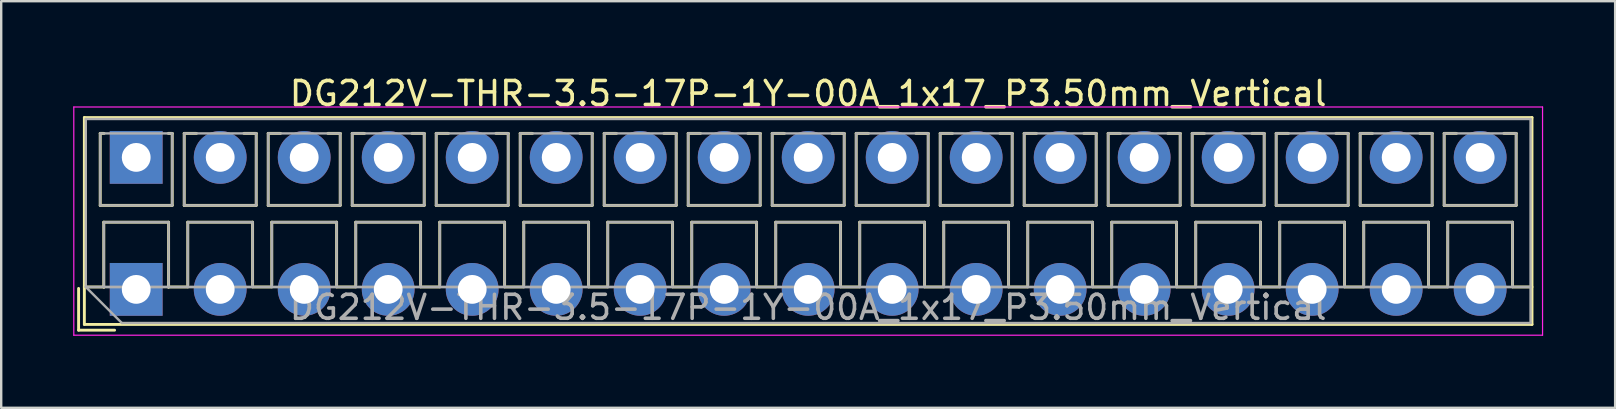
<source format=kicad_pcb>
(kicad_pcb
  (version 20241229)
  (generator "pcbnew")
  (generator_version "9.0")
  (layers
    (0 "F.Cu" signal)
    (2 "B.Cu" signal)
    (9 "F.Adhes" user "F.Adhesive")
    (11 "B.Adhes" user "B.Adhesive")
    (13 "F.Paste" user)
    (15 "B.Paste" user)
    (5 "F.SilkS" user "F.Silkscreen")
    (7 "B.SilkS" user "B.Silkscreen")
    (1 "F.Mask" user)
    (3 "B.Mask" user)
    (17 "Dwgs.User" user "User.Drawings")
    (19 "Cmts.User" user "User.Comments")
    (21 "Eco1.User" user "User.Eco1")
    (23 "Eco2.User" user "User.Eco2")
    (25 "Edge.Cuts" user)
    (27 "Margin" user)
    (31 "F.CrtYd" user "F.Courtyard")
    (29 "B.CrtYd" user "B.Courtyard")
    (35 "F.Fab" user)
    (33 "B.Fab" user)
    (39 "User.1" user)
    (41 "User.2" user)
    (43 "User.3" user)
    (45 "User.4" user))
  (footprint "DG212V-THR-3.5-17P-1Y-00A_1x17_P3.50mm_Vertical"
    (layer "F.Cu")
    (at 2.625 9.008)
    (property "Reference" "DG212V-THR-3.5-17P-1Y-00A_1x17_P3.50mm_Vertical" (at 28 -8.16 0) (layer "F.SilkS") (effects (font (size 1 1) (thickness 0.15))))
    (attr through_hole)
    (fp_line (start -2.4 -0.04) (end -2.4 1.7) (stroke (width 0.12) (type solid)) (layer "F.SilkS"))
    (fp_line (start -2.4 1.7) (end -0.9 1.7) (stroke (width 0.12) (type solid)) (layer "F.SilkS"))
    (fp_line (start -2.16 -7.16) (end -2.16 1.46) (stroke (width 0.12) (type solid)) (layer "F.SilkS"))
    (fp_line (start -2.16 -7.16) (end 58.16 -7.16) (stroke (width 0.12) (type solid)) (layer "F.SilkS"))
    (fp_line (start -2.16 -0.1) (end -1.34 -0.1) (stroke (width 0.12) (type solid)) (layer "F.SilkS"))
    (fp_line (start -2.16 1.46) (end 58.16 1.46) (stroke (width 0.12) (type solid)) (layer "F.SilkS"))
    (fp_line (start -1.5 -6.5) (end -1.5 -3.5) (stroke (width 0.12) (type solid)) (layer "F.SilkS"))
    (fp_line (start -1.5 -6.5) (end -1.34 -6.5) (stroke (width 0.12) (type solid)) (layer "F.SilkS"))
    (fp_line (start -1.5 -3.5) (end 1.5 -3.5) (stroke (width 0.12) (type solid)) (layer "F.SilkS"))
    (fp_line (start -1.35 -2.8) (end -1.35 -0.1) (stroke (width 0.12) (type solid)) (layer "F.SilkS"))
    (fp_line (start -1.35 -2.8) (end 1.35 -2.8) (stroke (width 0.12) (type solid)) (layer "F.SilkS"))
    (fp_line (start -1.35 -0.1) (end -1.34 -0.1) (stroke (width 0.12) (type solid)) (layer "F.SilkS"))
    (fp_line (start 1.34 -6.5) (end 1.5 -6.5) (stroke (width 0.12) (type solid)) (layer "F.SilkS"))
    (fp_line (start 1.34 -0.1) (end 1.35 -0.1) (stroke (width 0.12) (type solid)) (layer "F.SilkS"))
    (fp_line (start 1.34 -0.1) (end 2.148 -0.1) (stroke (width 0.12) (type solid)) (layer "F.SilkS"))
    (fp_line (start 1.35 -2.8) (end 1.35 -0.1) (stroke (width 0.12) (type solid)) (layer "F.SilkS"))
    (fp_line (start 1.5 -6.5) (end 1.5 -3.5) (stroke (width 0.12) (type solid)) (layer "F.SilkS"))
    (fp_line (start 2 -6.5) (end 2 -3.5) (stroke (width 0.12) (type solid)) (layer "F.SilkS"))
    (fp_line (start 2 -6.5) (end 2.512 -6.5) (stroke (width 0.12) (type solid)) (layer "F.SilkS"))
    (fp_line (start 2 -3.5) (end 5 -3.5) (stroke (width 0.12) (type solid)) (layer "F.SilkS"))
    (fp_line (start 2.15 -2.8) (end 2.15 -0.183) (stroke (width 0.12) (type solid)) (layer "F.SilkS"))
    (fp_line (start 2.15 -2.8) (end 4.85 -2.8) (stroke (width 0.12) (type solid)) (layer "F.SilkS"))
    (fp_line (start 4.489 -6.5) (end 5 -6.5) (stroke (width 0.12) (type solid)) (layer "F.SilkS"))
    (fp_line (start 4.85 -2.8) (end 4.85 -0.183) (stroke (width 0.12) (type solid)) (layer "F.SilkS"))
    (fp_line (start 4.853 -0.1) (end 5.648 -0.1) (stroke (width 0.12) (type solid)) (layer "F.SilkS"))
    (fp_line (start 5 -6.5) (end 5 -3.5) (stroke (width 0.12) (type solid)) (layer "F.SilkS"))
    (fp_line (start 5.5 -6.5) (end 5.5 -3.5) (stroke (width 0.12) (type solid)) (layer "F.SilkS"))
    (fp_line (start 5.5 -6.5) (end 6.012 -6.5) (stroke (width 0.12) (type solid)) (layer "F.SilkS"))
    (fp_line (start 5.5 -3.5) (end 8.5 -3.5) (stroke (width 0.12) (type solid)) (layer "F.SilkS"))
    (fp_line (start 5.65 -2.8) (end 5.65 -0.183) (stroke (width 0.12) (type solid)) (layer "F.SilkS"))
    (fp_line (start 5.65 -2.8) (end 8.351 -2.8) (stroke (width 0.12) (type solid)) (layer "F.SilkS"))
    (fp_line (start 7.989 -6.5) (end 8.5 -6.5) (stroke (width 0.12) (type solid)) (layer "F.SilkS"))
    (fp_line (start 8.351 -2.8) (end 8.351 -0.183) (stroke (width 0.12) (type solid)) (layer "F.SilkS"))
    (fp_line (start 8.353 -0.1) (end 9.148 -0.1) (stroke (width 0.12) (type solid)) (layer "F.SilkS"))
    (fp_line (start 8.5 -6.5) (end 8.5 -3.5) (stroke (width 0.12) (type solid)) (layer "F.SilkS"))
    (fp_line (start 9 -6.5) (end 9 -3.5) (stroke (width 0.12) (type solid)) (layer "F.SilkS"))
    (fp_line (start 9 -6.5) (end 9.512 -6.5) (stroke (width 0.12) (type solid)) (layer "F.SilkS"))
    (fp_line (start 9 -3.5) (end 12 -3.5) (stroke (width 0.12) (type solid)) (layer "F.SilkS"))
    (fp_line (start 9.15 -2.8) (end 9.15 -0.183) (stroke (width 0.12) (type solid)) (layer "F.SilkS"))
    (fp_line (start 9.15 -2.8) (end 11.851 -2.8) (stroke (width 0.12) (type solid)) (layer "F.SilkS"))
    (fp_line (start 11.489 -6.5) (end 12 -6.5) (stroke (width 0.12) (type solid)) (layer "F.SilkS"))
    (fp_line (start 11.851 -2.8) (end 11.851 -0.183) (stroke (width 0.12) (type solid)) (layer "F.SilkS"))
    (fp_line (start 11.853 -0.1) (end 12.648 -0.1) (stroke (width 0.12) (type solid)) (layer "F.SilkS"))
    (fp_line (start 12 -6.5) (end 12 -3.5) (stroke (width 0.12) (type solid)) (layer "F.SilkS"))
    (fp_line (start 12.5 -6.5) (end 12.5 -3.5) (stroke (width 0.12) (type solid)) (layer "F.SilkS"))
    (fp_line (start 12.5 -6.5) (end 13.012 -6.5) (stroke (width 0.12) (type solid)) (layer "F.SilkS"))
    (fp_line (start 12.5 -3.5) (end 15.5 -3.5) (stroke (width 0.12) (type solid)) (layer "F.SilkS"))
    (fp_line (start 12.65 -2.8) (end 12.65 -0.183) (stroke (width 0.12) (type solid)) (layer "F.SilkS"))
    (fp_line (start 12.65 -2.8) (end 15.351 -2.8) (stroke (width 0.12) (type solid)) (layer "F.SilkS"))
    (fp_line (start 14.989 -6.5) (end 15.5 -6.5) (stroke (width 0.12) (type solid)) (layer "F.SilkS"))
    (fp_line (start 15.351 -2.8) (end 15.351 -0.183) (stroke (width 0.12) (type solid)) (layer "F.SilkS"))
    (fp_line (start 15.353 -0.1) (end 16.148 -0.1) (stroke (width 0.12) (type solid)) (layer "F.SilkS"))
    (fp_line (start 15.5 -6.5) (end 15.5 -3.5) (stroke (width 0.12) (type solid)) (layer "F.SilkS"))
    (fp_line (start 16 -6.5) (end 16 -3.5) (stroke (width 0.12) (type solid)) (layer "F.SilkS"))
    (fp_line (start 16 -6.5) (end 16.512 -6.5) (stroke (width 0.12) (type solid)) (layer "F.SilkS"))
    (fp_line (start 16 -3.5) (end 19 -3.5) (stroke (width 0.12) (type solid)) (layer "F.SilkS"))
    (fp_line (start 16.15 -2.8) (end 16.15 -0.183) (stroke (width 0.12) (type solid)) (layer "F.SilkS"))
    (fp_line (start 16.15 -2.8) (end 18.85 -2.8) (stroke (width 0.12) (type solid)) (layer "F.SilkS"))
    (fp_line (start 18.489 -6.5) (end 19 -6.5) (stroke (width 0.12) (type solid)) (layer "F.SilkS"))
    (fp_line (start 18.85 -2.8) (end 18.85 -0.183) (stroke (width 0.12) (type solid)) (layer "F.SilkS"))
    (fp_line (start 18.853 -0.1) (end 19.648 -0.1) (stroke (width 0.12) (type solid)) (layer "F.SilkS"))
    (fp_line (start 19 -6.5) (end 19 -3.5) (stroke (width 0.12) (type solid)) (layer "F.SilkS"))
    (fp_line (start 19.5 -6.5) (end 19.5 -3.5) (stroke (width 0.12) (type solid)) (layer "F.SilkS"))
    (fp_line (start 19.5 -6.5) (end 20.012 -6.5) (stroke (width 0.12) (type solid)) (layer "F.SilkS"))
    (fp_line (start 19.5 -3.5) (end 22.5 -3.5) (stroke (width 0.12) (type solid)) (layer "F.SilkS"))
    (fp_line (start 19.65 -2.8) (end 19.65 -0.183) (stroke (width 0.12) (type solid)) (layer "F.SilkS"))
    (fp_line (start 19.65 -2.8) (end 22.35 -2.8) (stroke (width 0.12) (type solid)) (layer "F.SilkS"))
    (fp_line (start 21.989 -6.5) (end 22.5 -6.5) (stroke (width 0.12) (type solid)) (layer "F.SilkS"))
    (fp_line (start 22.35 -2.8) (end 22.35 -0.183) (stroke (width 0.12) (type solid)) (layer "F.SilkS"))
    (fp_line (start 22.353 -0.1) (end 23.148 -0.1) (stroke (width 0.12) (type solid)) (layer "F.SilkS"))
    (fp_line (start 22.5 -6.5) (end 22.5 -3.5) (stroke (width 0.12) (type solid)) (layer "F.SilkS"))
    (fp_line (start 23 -6.5) (end 23 -3.5) (stroke (width 0.12) (type solid)) (layer "F.SilkS"))
    (fp_line (start 23 -6.5) (end 23.512 -6.5) (stroke (width 0.12) (type solid)) (layer "F.SilkS"))
    (fp_line (start 23 -3.5) (end 26 -3.5) (stroke (width 0.12) (type solid)) (layer "F.SilkS"))
    (fp_line (start 23.15 -2.8) (end 23.15 -0.183) (stroke (width 0.12) (type solid)) (layer "F.SilkS"))
    (fp_line (start 23.15 -2.8) (end 25.85 -2.8) (stroke (width 0.12) (type solid)) (layer "F.SilkS"))
    (fp_line (start 25.489 -6.5) (end 26 -6.5) (stroke (width 0.12) (type solid)) (layer "F.SilkS"))
    (fp_line (start 25.85 -2.8) (end 25.85 -0.183) (stroke (width 0.12) (type solid)) (layer "F.SilkS"))
    (fp_line (start 25.853 -0.1) (end 26.648 -0.1) (stroke (width 0.12) (type solid)) (layer "F.SilkS"))
    (fp_line (start 26 -6.5) (end 26 -3.5) (stroke (width 0.12) (type solid)) (layer "F.SilkS"))
    (fp_line (start 26.5 -6.5) (end 26.5 -3.5) (stroke (width 0.12) (type solid)) (layer "F.SilkS"))
    (fp_line (start 26.5 -6.5) (end 27.012 -6.5) (stroke (width 0.12) (type solid)) (layer "F.SilkS"))
    (fp_line (start 26.5 -3.5) (end 29.5 -3.5) (stroke (width 0.12) (type solid)) (layer "F.SilkS"))
    (fp_line (start 26.65 -2.8) (end 26.65 -0.183) (stroke (width 0.12) (type solid)) (layer "F.SilkS"))
    (fp_line (start 26.65 -2.8) (end 29.35 -2.8) (stroke (width 0.12) (type solid)) (layer "F.SilkS"))
    (fp_line (start 28.989 -6.5) (end 29.5 -6.5) (stroke (width 0.12) (type solid)) (layer "F.SilkS"))
    (fp_line (start 29.35 -2.8) (end 29.35 -0.183) (stroke (width 0.12) (type solid)) (layer "F.SilkS"))
    (fp_line (start 29.353 -0.1) (end 30.148 -0.1) (stroke (width 0.12) (type solid)) (layer "F.SilkS"))
    (fp_line (start 29.5 -6.5) (end 29.5 -3.5) (stroke (width 0.12) (type solid)) (layer "F.SilkS"))
    (fp_line (start 30 -6.5) (end 30 -3.5) (stroke (width 0.12) (type solid)) (layer "F.SilkS"))
    (fp_line (start 30 -6.5) (end 30.512 -6.5) (stroke (width 0.12) (type solid)) (layer "F.SilkS"))
    (fp_line (start 30 -3.5) (end 33 -3.5) (stroke (width 0.12) (type solid)) (layer "F.SilkS"))
    (fp_line (start 30.15 -2.8) (end 30.15 -0.183) (stroke (width 0.12) (type solid)) (layer "F.SilkS"))
    (fp_line (start 30.15 -2.8) (end 32.85 -2.8) (stroke (width 0.12) (type solid)) (layer "F.SilkS"))
    (fp_line (start 32.489 -6.5) (end 33 -6.5) (stroke (width 0.12) (type solid)) (layer "F.SilkS"))
    (fp_line (start 32.85 -2.8) (end 32.85 -0.183) (stroke (width 0.12) (type solid)) (layer "F.SilkS"))
    (fp_line (start 32.853 -0.1) (end 33.648 -0.1) (stroke (width 0.12) (type solid)) (layer "F.SilkS"))
    (fp_line (start 33 -6.5) (end 33 -3.5) (stroke (width 0.12) (type solid)) (layer "F.SilkS"))
    (fp_line (start 33.5 -6.5) (end 33.5 -3.5) (stroke (width 0.12) (type solid)) (layer "F.SilkS"))
    (fp_line (start 33.5 -6.5) (end 34.012 -6.5) (stroke (width 0.12) (type solid)) (layer "F.SilkS"))
    (fp_line (start 33.5 -3.5) (end 36.5 -3.5) (stroke (width 0.12) (type solid)) (layer "F.SilkS"))
    (fp_line (start 33.65 -2.8) (end 33.65 -0.183) (stroke (width 0.12) (type solid)) (layer "F.SilkS"))
    (fp_line (start 33.65 -2.8) (end 36.35 -2.8) (stroke (width 0.12) (type solid)) (layer "F.SilkS"))
    (fp_line (start 35.989 -6.5) (end 36.5 -6.5) (stroke (width 0.12) (type solid)) (layer "F.SilkS"))
    (fp_line (start 36.35 -2.8) (end 36.35 -0.183) (stroke (width 0.12) (type solid)) (layer "F.SilkS"))
    (fp_line (start 36.353 -0.1) (end 37.148 -0.1) (stroke (width 0.12) (type solid)) (layer "F.SilkS"))
    (fp_line (start 36.5 -6.5) (end 36.5 -3.5) (stroke (width 0.12) (type solid)) (layer "F.SilkS"))
    (fp_line (start 37 -6.5) (end 37 -3.5) (stroke (width 0.12) (type solid)) (layer "F.SilkS"))
    (fp_line (start 37 -6.5) (end 37.512 -6.5) (stroke (width 0.12) (type solid)) (layer "F.SilkS"))
    (fp_line (start 37 -3.5) (end 40 -3.5) (stroke (width 0.12) (type solid)) (layer "F.SilkS"))
    (fp_line (start 37.15 -2.8) (end 37.15 -0.183) (stroke (width 0.12) (type solid)) (layer "F.SilkS"))
    (fp_line (start 37.15 -2.8) (end 39.85 -2.8) (stroke (width 0.12) (type solid)) (layer "F.SilkS"))
    (fp_line (start 39.489 -6.5) (end 40 -6.5) (stroke (width 0.12) (type solid)) (layer "F.SilkS"))
    (fp_line (start 39.85 -2.8) (end 39.85 -0.183) (stroke (width 0.12) (type solid)) (layer "F.SilkS"))
    (fp_line (start 39.853 -0.1) (end 40.648 -0.1) (stroke (width 0.12) (type solid)) (layer "F.SilkS"))
    (fp_line (start 40 -6.5) (end 40 -3.5) (stroke (width 0.12) (type solid)) (layer "F.SilkS"))
    (fp_line (start 40.5 -6.5) (end 40.5 -3.5) (stroke (width 0.12) (type solid)) (layer "F.SilkS"))
    (fp_line (start 40.5 -6.5) (end 41.012 -6.5) (stroke (width 0.12) (type solid)) (layer "F.SilkS"))
    (fp_line (start 40.5 -3.5) (end 43.5 -3.5) (stroke (width 0.12) (type solid)) (layer "F.SilkS"))
    (fp_line (start 40.65 -2.8) (end 40.65 -0.183) (stroke (width 0.12) (type solid)) (layer "F.SilkS"))
    (fp_line (start 40.65 -2.8) (end 43.35 -2.8) (stroke (width 0.12) (type solid)) (layer "F.SilkS"))
    (fp_line (start 42.989 -6.5) (end 43.5 -6.5) (stroke (width 0.12) (type solid)) (layer "F.SilkS"))
    (fp_line (start 43.35 -2.8) (end 43.35 -0.183) (stroke (width 0.12) (type solid)) (layer "F.SilkS"))
    (fp_line (start 43.353 -0.1) (end 44.148 -0.1) (stroke (width 0.12) (type solid)) (layer "F.SilkS"))
    (fp_line (start 43.5 -6.5) (end 43.5 -3.5) (stroke (width 0.12) (type solid)) (layer "F.SilkS"))
    (fp_line (start 44 -6.5) (end 44 -3.5) (stroke (width 0.12) (type solid)) (layer "F.SilkS"))
    (fp_line (start 44 -6.5) (end 44.512 -6.5) (stroke (width 0.12) (type solid)) (layer "F.SilkS"))
    (fp_line (start 44 -3.5) (end 47 -3.5) (stroke (width 0.12) (type solid)) (layer "F.SilkS"))
    (fp_line (start 44.15 -2.8) (end 44.15 -0.183) (stroke (width 0.12) (type solid)) (layer "F.SilkS"))
    (fp_line (start 44.15 -2.8) (end 46.85 -2.8) (stroke (width 0.12) (type solid)) (layer "F.SilkS"))
    (fp_line (start 46.489 -6.5) (end 47 -6.5) (stroke (width 0.12) (type solid)) (layer "F.SilkS"))
    (fp_line (start 46.85 -2.8) (end 46.85 -0.183) (stroke (width 0.12) (type solid)) (layer "F.SilkS"))
    (fp_line (start 46.853 -0.1) (end 47.648 -0.1) (stroke (width 0.12) (type solid)) (layer "F.SilkS"))
    (fp_line (start 47 -6.5) (end 47 -3.5) (stroke (width 0.12) (type solid)) (layer "F.SilkS"))
    (fp_line (start 47.5 -6.5) (end 47.5 -3.5) (stroke (width 0.12) (type solid)) (layer "F.SilkS"))
    (fp_line (start 47.5 -6.5) (end 48.012 -6.5) (stroke (width 0.12) (type solid)) (layer "F.SilkS"))
    (fp_line (start 47.5 -3.5) (end 50.5 -3.5) (stroke (width 0.12) (type solid)) (layer "F.SilkS"))
    (fp_line (start 47.65 -2.8) (end 47.65 -0.183) (stroke (width 0.12) (type solid)) (layer "F.SilkS"))
    (fp_line (start 47.65 -2.8) (end 50.35 -2.8) (stroke (width 0.12) (type solid)) (layer "F.SilkS"))
    (fp_line (start 49.989 -6.5) (end 50.5 -6.5) (stroke (width 0.12) (type solid)) (layer "F.SilkS"))
    (fp_line (start 50.35 -2.8) (end 50.35 -0.183) (stroke (width 0.12) (type solid)) (layer "F.SilkS"))
    (fp_line (start 50.353 -0.1) (end 51.148 -0.1) (stroke (width 0.12) (type solid)) (layer "F.SilkS"))
    (fp_line (start 50.5 -6.5) (end 50.5 -3.5) (stroke (width 0.12) (type solid)) (layer "F.SilkS"))
    (fp_line (start 51 -6.5) (end 51 -3.5) (stroke (width 0.12) (type solid)) (layer "F.SilkS"))
    (fp_line (start 51 -6.5) (end 51.512 -6.5) (stroke (width 0.12) (type solid)) (layer "F.SilkS"))
    (fp_line (start 51 -3.5) (end 54 -3.5) (stroke (width 0.12) (type solid)) (layer "F.SilkS"))
    (fp_line (start 51.15 -2.8) (end 51.15 -0.183) (stroke (width 0.12) (type solid)) (layer "F.SilkS"))
    (fp_line (start 51.15 -2.8) (end 53.85 -2.8) (stroke (width 0.12) (type solid)) (layer "F.SilkS"))
    (fp_line (start 53.489 -6.5) (end 54 -6.5) (stroke (width 0.12) (type solid)) (layer "F.SilkS"))
    (fp_line (start 53.85 -2.8) (end 53.85 -0.183) (stroke (width 0.12) (type solid)) (layer "F.SilkS"))
    (fp_line (start 53.853 -0.1) (end 54.648 -0.1) (stroke (width 0.12) (type solid)) (layer "F.SilkS"))
    (fp_line (start 54 -6.5) (end 54 -3.5) (stroke (width 0.12) (type solid)) (layer "F.SilkS"))
    (fp_line (start 54.5 -6.5) (end 54.5 -3.5) (stroke (width 0.12) (type solid)) (layer "F.SilkS"))
    (fp_line (start 54.5 -6.5) (end 55.012 -6.5) (stroke (width 0.12) (type solid)) (layer "F.SilkS"))
    (fp_line (start 54.5 -3.5) (end 57.5 -3.5) (stroke (width 0.12) (type solid)) (layer "F.SilkS"))
    (fp_line (start 54.65 -2.8) (end 54.65 -0.183) (stroke (width 0.12) (type solid)) (layer "F.SilkS"))
    (fp_line (start 54.65 -2.8) (end 57.35 -2.8) (stroke (width 0.12) (type solid)) (layer "F.SilkS"))
    (fp_line (start 56.989 -6.5) (end 57.5 -6.5) (stroke (width 0.12) (type solid)) (layer "F.SilkS"))
    (fp_line (start 57.35 -2.8) (end 57.35 -0.183) (stroke (width 0.12) (type solid)) (layer "F.SilkS"))
    (fp_line (start 57.353 -0.1) (end 58.16 -0.1) (stroke (width 0.12) (type solid)) (layer "F.SilkS"))
    (fp_line (start 57.5 -6.5) (end 57.5 -3.5) (stroke (width 0.12) (type solid)) (layer "F.SilkS"))
    (fp_line (start 58.16 -7.16) (end 58.16 1.46) (stroke (width 0.12) (type solid)) (layer "F.SilkS"))
    (fp_line (start -2.6 -7.6) (end -2.6 1.91) (stroke (width 0.05) (type solid)) (layer "F.CrtYd"))
    (fp_line (start -2.6 1.91) (end 58.6 1.91) (stroke (width 0.05) (type solid)) (layer "F.CrtYd"))
    (fp_line (start 58.6 -7.6) (end -2.6 -7.6) (stroke (width 0.05) (type solid)) (layer "F.CrtYd"))
    (fp_line (start 58.6 1.91) (end 58.6 -7.6) (stroke (width 0.05) (type solid)) (layer "F.CrtYd"))
    (fp_line (start -2.1 -7.1) (end 58.1 -7.1) (stroke (width 0.1) (type solid)) (layer "F.Fab"))
    (fp_line (start -2.1 -0.1) (end -2.1 -7.1) (stroke (width 0.1) (type solid)) (layer "F.Fab"))
    (fp_line (start -2.1 -0.1) (end 58.1 -0.1) (stroke (width 0.1) (type solid)) (layer "F.Fab"))
    (fp_line (start -1.5 -6.5) (end -1.5 -3.5) (stroke (width 0.1) (type solid)) (layer "F.Fab"))
    (fp_line (start -1.5 -3.5) (end 1.5 -3.5) (stroke (width 0.1) (type solid)) (layer "F.Fab"))
    (fp_line (start -1.35 -2.8) (end -1.35 -0.1) (stroke (width 0.1) (type solid)) (layer "F.Fab"))
    (fp_line (start -1.35 -0.1) (end 1.35 -0.1) (stroke (width 0.1) (type solid)) (layer "F.Fab"))
    (fp_line (start -0.6 1.4) (end -2.1 -0.1) (stroke (width 0.1) (type solid)) (layer "F.Fab"))
    (fp_line (start 1.35 -2.8) (end -1.35 -2.8) (stroke (width 0.1) (type solid)) (layer "F.Fab"))
    (fp_line (start 1.35 -0.1) (end 1.35 -2.8) (stroke (width 0.1) (type solid)) (layer "F.Fab"))
    (fp_line (start 1.5 -6.5) (end -1.5 -6.5) (stroke (width 0.1) (type solid)) (layer "F.Fab"))
    (fp_line (start 1.5 -3.5) (end 1.5 -6.5) (stroke (width 0.1) (type solid)) (layer "F.Fab"))
    (fp_line (start 2 -6.5) (end 2 -3.5) (stroke (width 0.1) (type solid)) (layer "F.Fab"))
    (fp_line (start 2 -3.5) (end 5 -3.5) (stroke (width 0.1) (type solid)) (layer "F.Fab"))
    (fp_line (start 2.15 -2.8) (end 2.15 -0.1) (stroke (width 0.1) (type solid)) (layer "F.Fab"))
    (fp_line (start 2.15 -0.1) (end 4.85 -0.1) (stroke (width 0.1) (type solid)) (layer "F.Fab"))
    (fp_line (start 4.85 -2.8) (end 2.15 -2.8) (stroke (width 0.1) (type solid)) (layer "F.Fab"))
    (fp_line (start 4.85 -0.1) (end 4.85 -2.8) (stroke (width 0.1) (type solid)) (layer "F.Fab"))
    (fp_line (start 5 -6.5) (end 2 -6.5) (stroke (width 0.1) (type solid)) (layer "F.Fab"))
    (fp_line (start 5 -3.5) (end 5 -6.5) (stroke (width 0.1) (type solid)) (layer "F.Fab"))
    (fp_line (start 5.5 -6.5) (end 5.5 -3.5) (stroke (width 0.1) (type solid)) (layer "F.Fab"))
    (fp_line (start 5.5 -3.5) (end 8.5 -3.5) (stroke (width 0.1) (type solid)) (layer "F.Fab"))
    (fp_line (start 5.65 -2.8) (end 5.65 -0.1) (stroke (width 0.1) (type solid)) (layer "F.Fab"))
    (fp_line (start 5.65 -0.1) (end 8.351 -0.1) (stroke (width 0.1) (type solid)) (layer "F.Fab"))
    (fp_line (start 8.351 -2.8) (end 5.65 -2.8) (stroke (width 0.1) (type solid)) (layer "F.Fab"))
    (fp_line (start 8.351 -0.1) (end 8.351 -2.8) (stroke (width 0.1) (type solid)) (layer "F.Fab"))
    (fp_line (start 8.5 -6.5) (end 5.5 -6.5) (stroke (width 0.1) (type solid)) (layer "F.Fab"))
    (fp_line (start 8.5 -3.5) (end 8.5 -6.5) (stroke (width 0.1) (type solid)) (layer "F.Fab"))
    (fp_line (start 9 -6.5) (end 9 -3.5) (stroke (width 0.1) (type solid)) (layer "F.Fab"))
    (fp_line (start 9 -3.5) (end 12 -3.5) (stroke (width 0.1) (type solid)) (layer "F.Fab"))
    (fp_line (start 9.15 -2.8) (end 9.15 -0.1) (stroke (width 0.1) (type solid)) (layer "F.Fab"))
    (fp_line (start 9.15 -0.1) (end 11.851 -0.1) (stroke (width 0.1) (type solid)) (layer "F.Fab"))
    (fp_line (start 11.851 -2.8) (end 9.15 -2.8) (stroke (width 0.1) (type solid)) (layer "F.Fab"))
    (fp_line (start 11.851 -0.1) (end 11.851 -2.8) (stroke (width 0.1) (type solid)) (layer "F.Fab"))
    (fp_line (start 12 -6.5) (end 9 -6.5) (stroke (width 0.1) (type solid)) (layer "F.Fab"))
    (fp_line (start 12 -3.5) (end 12 -6.5) (stroke (width 0.1) (type solid)) (layer "F.Fab"))
    (fp_line (start 12.5 -6.5) (end 12.5 -3.5) (stroke (width 0.1) (type solid)) (layer "F.Fab"))
    (fp_line (start 12.5 -3.5) (end 15.5 -3.5) (stroke (width 0.1) (type solid)) (layer "F.Fab"))
    (fp_line (start 12.65 -2.8) (end 12.65 -0.1) (stroke (width 0.1) (type solid)) (layer "F.Fab"))
    (fp_line (start 12.65 -0.1) (end 15.351 -0.1) (stroke (width 0.1) (type solid)) (layer "F.Fab"))
    (fp_line (start 15.351 -2.8) (end 12.65 -2.8) (stroke (width 0.1) (type solid)) (layer "F.Fab"))
    (fp_line (start 15.351 -0.1) (end 15.351 -2.8) (stroke (width 0.1) (type solid)) (layer "F.Fab"))
    (fp_line (start 15.5 -6.5) (end 12.5 -6.5) (stroke (width 0.1) (type solid)) (layer "F.Fab"))
    (fp_line (start 15.5 -3.5) (end 15.5 -6.5) (stroke (width 0.1) (type solid)) (layer "F.Fab"))
    (fp_line (start 16 -6.5) (end 16 -3.5) (stroke (width 0.1) (type solid)) (layer "F.Fab"))
    (fp_line (start 16 -3.5) (end 19 -3.5) (stroke (width 0.1) (type solid)) (layer "F.Fab"))
    (fp_line (start 16.15 -2.8) (end 16.15 -0.1) (stroke (width 0.1) (type solid)) (layer "F.Fab"))
    (fp_line (start 16.15 -0.1) (end 18.85 -0.1) (stroke (width 0.1) (type solid)) (layer "F.Fab"))
    (fp_line (start 18.85 -2.8) (end 16.15 -2.8) (stroke (width 0.1) (type solid)) (layer "F.Fab"))
    (fp_line (start 18.85 -0.1) (end 18.85 -2.8) (stroke (width 0.1) (type solid)) (layer "F.Fab"))
    (fp_line (start 19 -6.5) (end 16 -6.5) (stroke (width 0.1) (type solid)) (layer "F.Fab"))
    (fp_line (start 19 -3.5) (end 19 -6.5) (stroke (width 0.1) (type solid)) (layer "F.Fab"))
    (fp_line (start 19.5 -6.5) (end 19.5 -3.5) (stroke (width 0.1) (type solid)) (layer "F.Fab"))
    (fp_line (start 19.5 -3.5) (end 22.5 -3.5) (stroke (width 0.1) (type solid)) (layer "F.Fab"))
    (fp_line (start 19.65 -2.8) (end 19.65 -0.1) (stroke (width 0.1) (type solid)) (layer "F.Fab"))
    (fp_line (start 19.65 -0.1) (end 22.35 -0.1) (stroke (width 0.1) (type solid)) (layer "F.Fab"))
    (fp_line (start 22.35 -2.8) (end 19.65 -2.8) (stroke (width 0.1) (type solid)) (layer "F.Fab"))
    (fp_line (start 22.35 -0.1) (end 22.35 -2.8) (stroke (width 0.1) (type solid)) (layer "F.Fab"))
    (fp_line (start 22.5 -6.5) (end 19.5 -6.5) (stroke (width 0.1) (type solid)) (layer "F.Fab"))
    (fp_line (start 22.5 -3.5) (end 22.5 -6.5) (stroke (width 0.1) (type solid)) (layer "F.Fab"))
    (fp_line (start 23 -6.5) (end 23 -3.5) (stroke (width 0.1) (type solid)) (layer "F.Fab"))
    (fp_line (start 23 -3.5) (end 26 -3.5) (stroke (width 0.1) (type solid)) (layer "F.Fab"))
    (fp_line (start 23.15 -2.8) (end 23.15 -0.1) (stroke (width 0.1) (type solid)) (layer "F.Fab"))
    (fp_line (start 23.15 -0.1) (end 25.85 -0.1) (stroke (width 0.1) (type solid)) (layer "F.Fab"))
    (fp_line (start 25.85 -2.8) (end 23.15 -2.8) (stroke (width 0.1) (type solid)) (layer "F.Fab"))
    (fp_line (start 25.85 -0.1) (end 25.85 -2.8) (stroke (width 0.1) (type solid)) (layer "F.Fab"))
    (fp_line (start 26 -6.5) (end 23 -6.5) (stroke (width 0.1) (type solid)) (layer "F.Fab"))
    (fp_line (start 26 -3.5) (end 26 -6.5) (stroke (width 0.1) (type solid)) (layer "F.Fab"))
    (fp_line (start 26.5 -6.5) (end 26.5 -3.5) (stroke (width 0.1) (type solid)) (layer "F.Fab"))
    (fp_line (start 26.5 -3.5) (end 29.5 -3.5) (stroke (width 0.1) (type solid)) (layer "F.Fab"))
    (fp_line (start 26.65 -2.8) (end 26.65 -0.1) (stroke (width 0.1) (type solid)) (layer "F.Fab"))
    (fp_line (start 26.65 -0.1) (end 29.35 -0.1) (stroke (width 0.1) (type solid)) (layer "F.Fab"))
    (fp_line (start 29.35 -2.8) (end 26.65 -2.8) (stroke (width 0.1) (type solid)) (layer "F.Fab"))
    (fp_line (start 29.35 -0.1) (end 29.35 -2.8) (stroke (width 0.1) (type solid)) (layer "F.Fab"))
    (fp_line (start 29.5 -6.5) (end 26.5 -6.5) (stroke (width 0.1) (type solid)) (layer "F.Fab"))
    (fp_line (start 29.5 -3.5) (end 29.5 -6.5) (stroke (width 0.1) (type solid)) (layer "F.Fab"))
    (fp_line (start 30 -6.5) (end 30 -3.5) (stroke (width 0.1) (type solid)) (layer "F.Fab"))
    (fp_line (start 30 -3.5) (end 33 -3.5) (stroke (width 0.1) (type solid)) (layer "F.Fab"))
    (fp_line (start 30.15 -2.8) (end 30.15 -0.1) (stroke (width 0.1) (type solid)) (layer "F.Fab"))
    (fp_line (start 30.15 -0.1) (end 32.85 -0.1) (stroke (width 0.1) (type solid)) (layer "F.Fab"))
    (fp_line (start 32.85 -2.8) (end 30.15 -2.8) (stroke (width 0.1) (type solid)) (layer "F.Fab"))
    (fp_line (start 32.85 -0.1) (end 32.85 -2.8) (stroke (width 0.1) (type solid)) (layer "F.Fab"))
    (fp_line (start 33 -6.5) (end 30 -6.5) (stroke (width 0.1) (type solid)) (layer "F.Fab"))
    (fp_line (start 33 -3.5) (end 33 -6.5) (stroke (width 0.1) (type solid)) (layer "F.Fab"))
    (fp_line (start 33.5 -6.5) (end 33.5 -3.5) (stroke (width 0.1) (type solid)) (layer "F.Fab"))
    (fp_line (start 33.5 -3.5) (end 36.5 -3.5) (stroke (width 0.1) (type solid)) (layer "F.Fab"))
    (fp_line (start 33.65 -2.8) (end 33.65 -0.1) (stroke (width 0.1) (type solid)) (layer "F.Fab"))
    (fp_line (start 33.65 -0.1) (end 36.35 -0.1) (stroke (width 0.1) (type solid)) (layer "F.Fab"))
    (fp_line (start 36.35 -2.8) (end 33.65 -2.8) (stroke (width 0.1) (type solid)) (layer "F.Fab"))
    (fp_line (start 36.35 -0.1) (end 36.35 -2.8) (stroke (width 0.1) (type solid)) (layer "F.Fab"))
    (fp_line (start 36.5 -6.5) (end 33.5 -6.5) (stroke (width 0.1) (type solid)) (layer "F.Fab"))
    (fp_line (start 36.5 -3.5) (end 36.5 -6.5) (stroke (width 0.1) (type solid)) (layer "F.Fab"))
    (fp_line (start 37 -6.5) (end 37 -3.5) (stroke (width 0.1) (type solid)) (layer "F.Fab"))
    (fp_line (start 37 -3.5) (end 40 -3.5) (stroke (width 0.1) (type solid)) (layer "F.Fab"))
    (fp_line (start 37.15 -2.8) (end 37.15 -0.1) (stroke (width 0.1) (type solid)) (layer "F.Fab"))
    (fp_line (start 37.15 -0.1) (end 39.85 -0.1) (stroke (width 0.1) (type solid)) (layer "F.Fab"))
    (fp_line (start 39.85 -2.8) (end 37.15 -2.8) (stroke (width 0.1) (type solid)) (layer "F.Fab"))
    (fp_line (start 39.85 -0.1) (end 39.85 -2.8) (stroke (width 0.1) (type solid)) (layer "F.Fab"))
    (fp_line (start 40 -6.5) (end 37 -6.5) (stroke (width 0.1) (type solid)) (layer "F.Fab"))
    (fp_line (start 40 -3.5) (end 40 -6.5) (stroke (width 0.1) (type solid)) (layer "F.Fab"))
    (fp_line (start 40.5 -6.5) (end 40.5 -3.5) (stroke (width 0.1) (type solid)) (layer "F.Fab"))
    (fp_line (start 40.5 -3.5) (end 43.5 -3.5) (stroke (width 0.1) (type solid)) (layer "F.Fab"))
    (fp_line (start 40.65 -2.8) (end 40.65 -0.1) (stroke (width 0.1) (type solid)) (layer "F.Fab"))
    (fp_line (start 40.65 -0.1) (end 43.35 -0.1) (stroke (width 0.1) (type solid)) (layer "F.Fab"))
    (fp_line (start 43.35 -2.8) (end 40.65 -2.8) (stroke (width 0.1) (type solid)) (layer "F.Fab"))
    (fp_line (start 43.35 -0.1) (end 43.35 -2.8) (stroke (width 0.1) (type solid)) (layer "F.Fab"))
    (fp_line (start 43.5 -6.5) (end 40.5 -6.5) (stroke (width 0.1) (type solid)) (layer "F.Fab"))
    (fp_line (start 43.5 -3.5) (end 43.5 -6.5) (stroke (width 0.1) (type solid)) (layer "F.Fab"))
    (fp_line (start 44 -6.5) (end 44 -3.5) (stroke (width 0.1) (type solid)) (layer "F.Fab"))
    (fp_line (start 44 -3.5) (end 47 -3.5) (stroke (width 0.1) (type solid)) (layer "F.Fab"))
    (fp_line (start 44.15 -2.8) (end 44.15 -0.1) (stroke (width 0.1) (type solid)) (layer "F.Fab"))
    (fp_line (start 44.15 -0.1) (end 46.85 -0.1) (stroke (width 0.1) (type solid)) (layer "F.Fab"))
    (fp_line (start 46.85 -2.8) (end 44.15 -2.8) (stroke (width 0.1) (type solid)) (layer "F.Fab"))
    (fp_line (start 46.85 -0.1) (end 46.85 -2.8) (stroke (width 0.1) (type solid)) (layer "F.Fab"))
    (fp_line (start 47 -6.5) (end 44 -6.5) (stroke (width 0.1) (type solid)) (layer "F.Fab"))
    (fp_line (start 47 -3.5) (end 47 -6.5) (stroke (width 0.1) (type solid)) (layer "F.Fab"))
    (fp_line (start 47.5 -6.5) (end 47.5 -3.5) (stroke (width 0.1) (type solid)) (layer "F.Fab"))
    (fp_line (start 47.5 -3.5) (end 50.5 -3.5) (stroke (width 0.1) (type solid)) (layer "F.Fab"))
    (fp_line (start 47.65 -2.8) (end 47.65 -0.1) (stroke (width 0.1) (type solid)) (layer "F.Fab"))
    (fp_line (start 47.65 -0.1) (end 50.35 -0.1) (stroke (width 0.1) (type solid)) (layer "F.Fab"))
    (fp_line (start 50.35 -2.8) (end 47.65 -2.8) (stroke (width 0.1) (type solid)) (layer "F.Fab"))
    (fp_line (start 50.35 -0.1) (end 50.35 -2.8) (stroke (width 0.1) (type solid)) (layer "F.Fab"))
    (fp_line (start 50.5 -6.5) (end 47.5 -6.5) (stroke (width 0.1) (type solid)) (layer "F.Fab"))
    (fp_line (start 50.5 -3.5) (end 50.5 -6.5) (stroke (width 0.1) (type solid)) (layer "F.Fab"))
    (fp_line (start 51 -6.5) (end 51 -3.5) (stroke (width 0.1) (type solid)) (layer "F.Fab"))
    (fp_line (start 51 -3.5) (end 54 -3.5) (stroke (width 0.1) (type solid)) (layer "F.Fab"))
    (fp_line (start 51.15 -2.8) (end 51.15 -0.1) (stroke (width 0.1) (type solid)) (layer "F.Fab"))
    (fp_line (start 51.15 -0.1) (end 53.85 -0.1) (stroke (width 0.1) (type solid)) (layer "F.Fab"))
    (fp_line (start 53.85 -2.8) (end 51.15 -2.8) (stroke (width 0.1) (type solid)) (layer "F.Fab"))
    (fp_line (start 53.85 -0.1) (end 53.85 -2.8) (stroke (width 0.1) (type solid)) (layer "F.Fab"))
    (fp_line (start 54 -6.5) (end 51 -6.5) (stroke (width 0.1) (type solid)) (layer "F.Fab"))
    (fp_line (start 54 -3.5) (end 54 -6.5) (stroke (width 0.1) (type solid)) (layer "F.Fab"))
    (fp_line (start 54.5 -6.5) (end 54.5 -3.5) (stroke (width 0.1) (type solid)) (layer "F.Fab"))
    (fp_line (start 54.5 -3.5) (end 57.5 -3.5) (stroke (width 0.1) (type solid)) (layer "F.Fab"))
    (fp_line (start 54.65 -2.8) (end 54.65 -0.1) (stroke (width 0.1) (type solid)) (layer "F.Fab"))
    (fp_line (start 54.65 -0.1) (end 57.35 -0.1) (stroke (width 0.1) (type solid)) (layer "F.Fab"))
    (fp_line (start 57.35 -2.8) (end 54.65 -2.8) (stroke (width 0.1) (type solid)) (layer "F.Fab"))
    (fp_line (start 57.35 -0.1) (end 57.35 -2.8) (stroke (width 0.1) (type solid)) (layer "F.Fab"))
    (fp_line (start 57.5 -6.5) (end 54.5 -6.5) (stroke (width 0.1) (type solid)) (layer "F.Fab"))
    (fp_line (start 57.5 -3.5) (end 57.5 -6.5) (stroke (width 0.1) (type solid)) (layer "F.Fab"))
    (fp_line (start 58.1 -7.1) (end 58.1 1.4) (stroke (width 0.1) (type solid)) (layer "F.Fab"))
    (fp_line (start 58.1 1.4) (end -0.6 1.4) (stroke (width 0.1) (type solid)) (layer "F.Fab"))
    (fp_text user "${REFERENCE}" (at 28 0.75 0) (layer "F.Fab") (effects (font (size 1 1) (thickness 0.15))))
    (pad "1" thru_hole rect (at 0 -5.5) (size 2.2 2.2) (drill 1.2) (layers "*.Cu" "*.Mask"))
    (pad "1" thru_hole rect (at 0 0) (size 2.2 2.2) (drill 1.2) (layers "*.Cu" "*.Mask"))
    (pad "2" thru_hole circle (at 3.5 -5.5) (size 2.2 2.2) (drill 1.2) (layers "*.Cu" "*.Mask"))
    (pad "2" thru_hole circle (at 3.5 0) (size 2.2 2.2) (drill 1.2) (layers "*.Cu" "*.Mask"))
    (pad "3" thru_hole circle (at 7 -5.5) (size 2.2 2.2) (drill 1.2) (layers "*.Cu" "*.Mask"))
    (pad "3" thru_hole circle (at 7 0) (size 2.2 2.2) (drill 1.2) (layers "*.Cu" "*.Mask"))
    (pad "4" thru_hole circle (at 10.5 -5.5) (size 2.2 2.2) (drill 1.2) (layers "*.Cu" "*.Mask"))
    (pad "4" thru_hole circle (at 10.5 0) (size 2.2 2.2) (drill 1.2) (layers "*.Cu" "*.Mask"))
    (pad "5" thru_hole circle (at 14 -5.5) (size 2.2 2.2) (drill 1.2) (layers "*.Cu" "*.Mask"))
    (pad "5" thru_hole circle (at 14 0) (size 2.2 2.2) (drill 1.2) (layers "*.Cu" "*.Mask"))
    (pad "6" thru_hole circle (at 17.5 -5.5) (size 2.2 2.2) (drill 1.2) (layers "*.Cu" "*.Mask"))
    (pad "6" thru_hole circle (at 17.5 0) (size 2.2 2.2) (drill 1.2) (layers "*.Cu" "*.Mask"))
    (pad "7" thru_hole circle (at 21 -5.5) (size 2.2 2.2) (drill 1.2) (layers "*.Cu" "*.Mask"))
    (pad "7" thru_hole circle (at 21 0) (size 2.2 2.2) (drill 1.2) (layers "*.Cu" "*.Mask"))
    (pad "8" thru_hole circle (at 24.5 -5.5) (size 2.2 2.2) (drill 1.2) (layers "*.Cu" "*.Mask"))
    (pad "8" thru_hole circle (at 24.5 0) (size 2.2 2.2) (drill 1.2) (layers "*.Cu" "*.Mask"))
    (pad "9" thru_hole circle (at 28 -5.5) (size 2.2 2.2) (drill 1.2) (layers "*.Cu" "*.Mask"))
    (pad "9" thru_hole circle (at 28 0) (size 2.2 2.2) (drill 1.2) (layers "*.Cu" "*.Mask"))
    (pad "10" thru_hole circle (at 31.5 -5.5) (size 2.2 2.2) (drill 1.2) (layers "*.Cu" "*.Mask"))
    (pad "10" thru_hole circle (at 31.5 0) (size 2.2 2.2) (drill 1.2) (layers "*.Cu" "*.Mask"))
    (pad "11" thru_hole circle (at 35 -5.5) (size 2.2 2.2) (drill 1.2) (layers "*.Cu" "*.Mask"))
    (pad "11" thru_hole circle (at 35 0) (size 2.2 2.2) (drill 1.2) (layers "*.Cu" "*.Mask"))
    (pad "12" thru_hole circle (at 38.5 -5.5) (size 2.2 2.2) (drill 1.2) (layers "*.Cu" "*.Mask"))
    (pad "12" thru_hole circle (at 38.5 0) (size 2.2 2.2) (drill 1.2) (layers "*.Cu" "*.Mask"))
    (pad "13" thru_hole circle (at 42 -5.5) (size 2.2 2.2) (drill 1.2) (layers "*.Cu" "*.Mask"))
    (pad "13" thru_hole circle (at 42 0) (size 2.2 2.2) (drill 1.2) (layers "*.Cu" "*.Mask"))
    (pad "14" thru_hole circle (at 45.5 -5.5) (size 2.2 2.2) (drill 1.2) (layers "*.Cu" "*.Mask"))
    (pad "14" thru_hole circle (at 45.5 0) (size 2.2 2.2) (drill 1.2) (layers "*.Cu" "*.Mask"))
    (pad "15" thru_hole circle (at 49 -5.5) (size 2.2 2.2) (drill 1.2) (layers "*.Cu" "*.Mask"))
    (pad "15" thru_hole circle (at 49 0) (size 2.2 2.2) (drill 1.2) (layers "*.Cu" "*.Mask"))
    (pad "16" thru_hole circle (at 52.5 -5.5) (size 2.2 2.2) (drill 1.2) (layers "*.Cu" "*.Mask"))
    (pad "16" thru_hole circle (at 52.5 0) (size 2.2 2.2) (drill 1.2) (layers "*.Cu" "*.Mask"))
    (pad "17" thru_hole circle (at 56 -5.5) (size 2.2 2.2) (drill 1.2) (layers "*.Cu" "*.Mask"))
    (pad "17" thru_hole circle (at 56 0) (size 2.2 2.2) (drill 1.2) (layers "*.Cu" "*.Mask")))
  (gr_rect
    (start -3 -3)
    (end 64.25 13.943)
    (stroke (width 0.1) (type default))
    (fill no)
    (layer "Edge.Cuts")))
</source>
